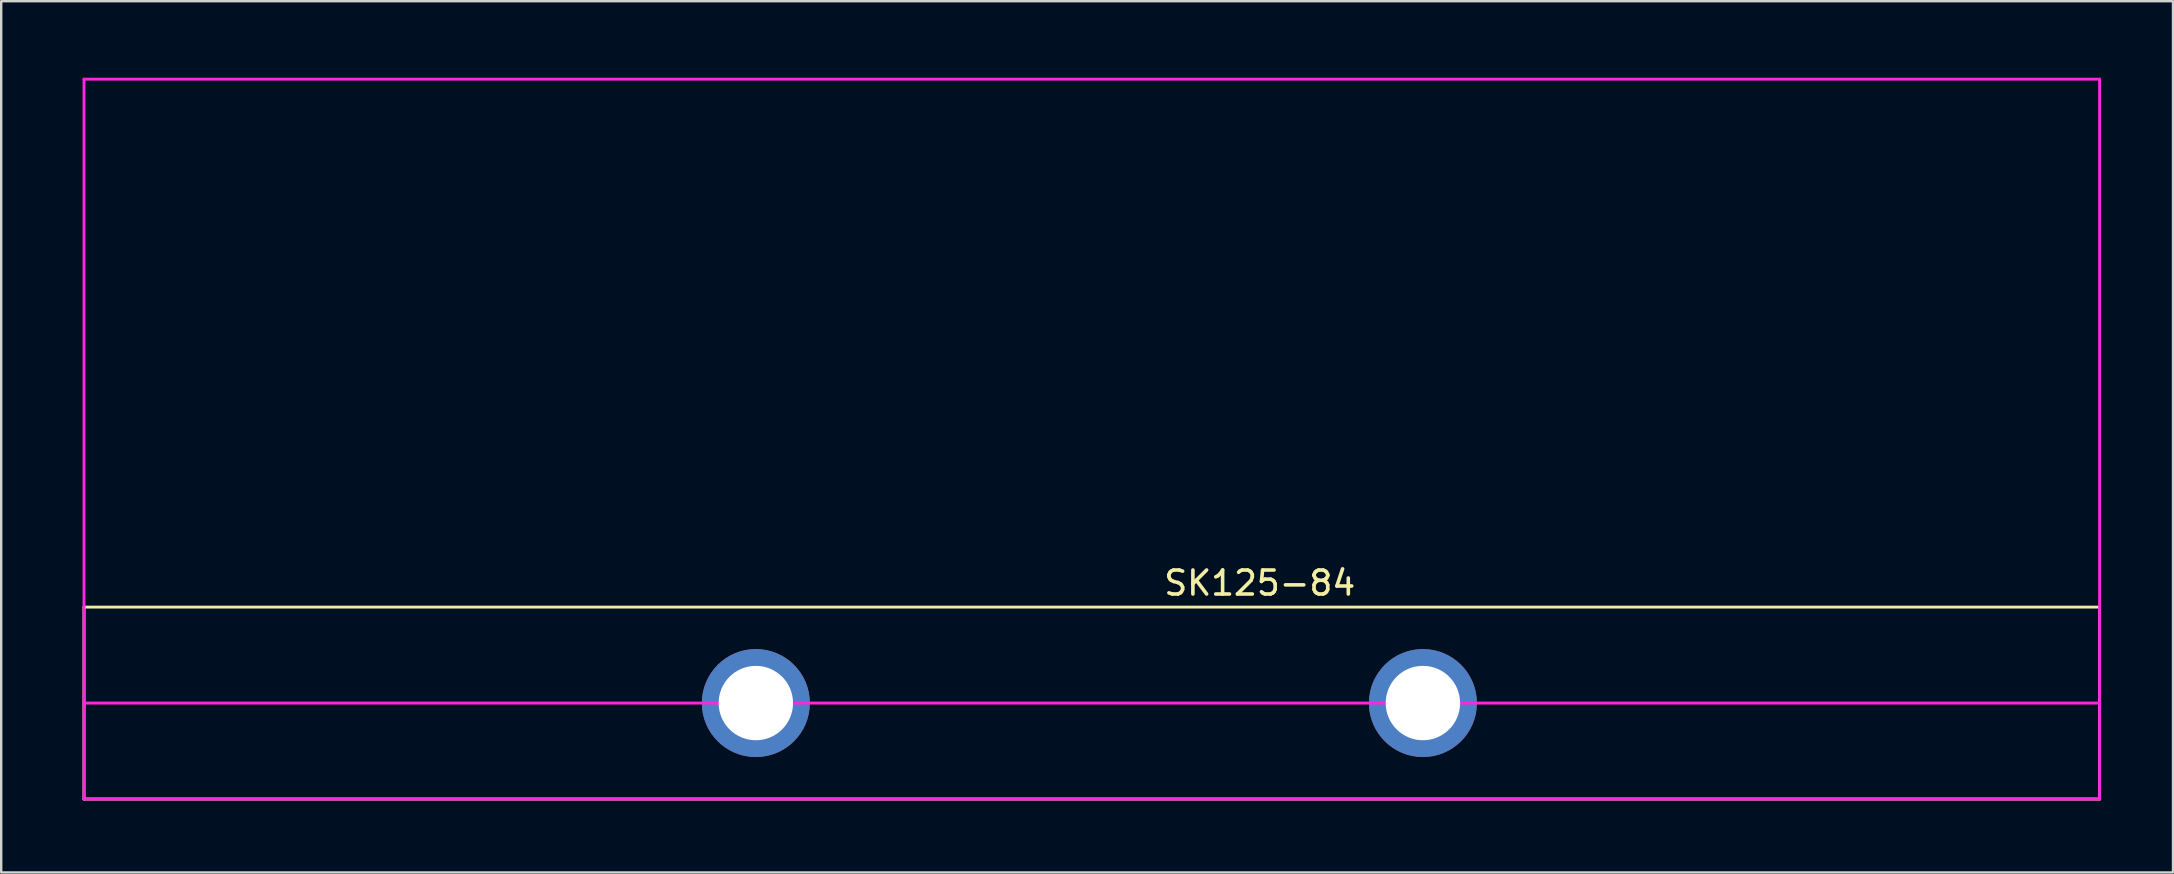
<source format=kicad_pcb>
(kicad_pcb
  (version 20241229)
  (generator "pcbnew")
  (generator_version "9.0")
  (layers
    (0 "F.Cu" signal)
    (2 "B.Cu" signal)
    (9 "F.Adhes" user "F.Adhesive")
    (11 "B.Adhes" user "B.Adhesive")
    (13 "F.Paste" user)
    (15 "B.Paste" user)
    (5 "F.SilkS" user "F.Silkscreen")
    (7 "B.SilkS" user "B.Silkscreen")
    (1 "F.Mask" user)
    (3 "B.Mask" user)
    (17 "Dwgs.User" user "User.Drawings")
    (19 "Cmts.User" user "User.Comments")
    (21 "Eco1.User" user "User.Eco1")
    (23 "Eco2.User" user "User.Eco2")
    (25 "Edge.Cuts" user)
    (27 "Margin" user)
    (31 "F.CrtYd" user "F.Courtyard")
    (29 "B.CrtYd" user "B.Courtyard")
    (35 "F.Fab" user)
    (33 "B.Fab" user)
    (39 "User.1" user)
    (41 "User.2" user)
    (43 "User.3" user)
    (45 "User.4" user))
  (footprint "SK125-84"
    (layer "F.Cu")
    (at 0.25 0.25)
    (property "Reference" "SK125-84" (at 49.2 21 0) (layer "F.SilkS") (effects (font (size 1 1) (thickness 0.15))))
    (attr through_hole)
    (fp_line (start 0.2 22) (end 0.2 30) (stroke (width 0.12) (type solid)) (layer "F.SilkS"))
    (fp_line (start 0.2 30) (end 84.2 30) (stroke (width 0.12) (type solid)) (layer "F.SilkS"))
    (fp_line (start 84.2 22) (end 0.2 22) (stroke (width 0.12) (type solid)) (layer "F.SilkS"))
    (fp_line (start 84.2 30) (end 84.2 22) (stroke (width 0.12) (type solid)) (layer "F.SilkS"))
    (fp_line (start 0.2 0) (end 84.2 0) (stroke (width 0.12) (type solid)) (layer "F.CrtYd"))
    (fp_line (start 0.2 26) (end 84.2 26) (stroke (width 0.12) (type solid)) (layer "F.CrtYd"))
    (fp_line (start 0.2 30) (end 0.2 0) (stroke (width 0.12) (type solid)) (layer "F.CrtYd"))
    (fp_line (start 84.2 0) (end 84.2 30) (stroke (width 0.12) (type solid)) (layer "F.CrtYd"))
    (fp_line (start 84.2 30) (end 0.2 30) (stroke (width 0.12) (type solid)) (layer "F.CrtYd"))
    (pad "1" thru_hole circle (at 28.2 26) (size 4.5 4.5) (drill 3.1) (layers "*.Cu" "*.Mask"))
    (pad "1" thru_hole circle (at 56 26) (size 4.5 4.5) (drill 3.1) (layers "*.Cu" "*.Mask")))
  (gr_rect
    (start -3 -3)
    (end 87.51 33.31)
    (stroke (width 0.1) (type default))
    (fill no)
    (layer "Edge.Cuts")))
</source>
